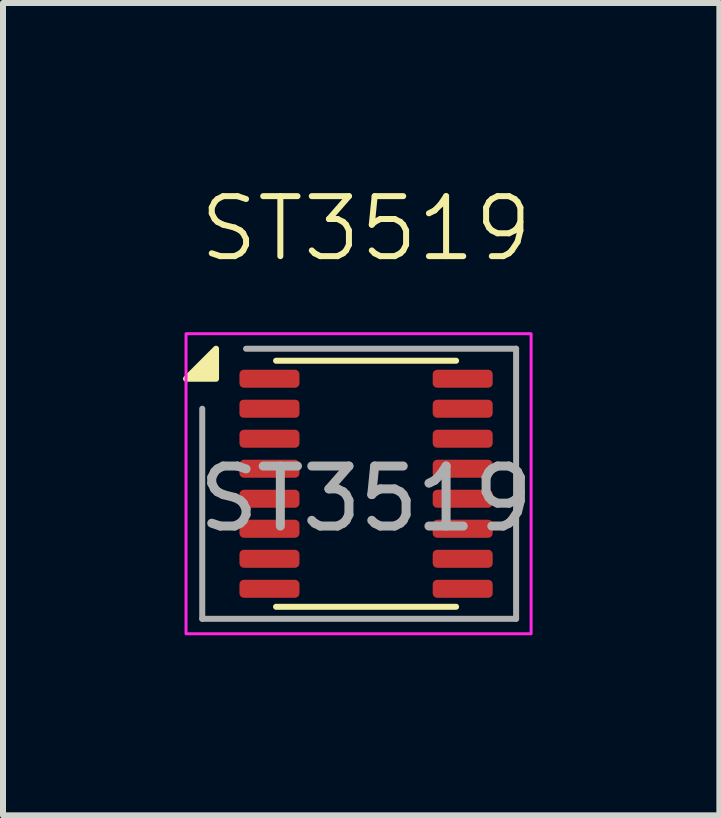
<source format=kicad_pcb>
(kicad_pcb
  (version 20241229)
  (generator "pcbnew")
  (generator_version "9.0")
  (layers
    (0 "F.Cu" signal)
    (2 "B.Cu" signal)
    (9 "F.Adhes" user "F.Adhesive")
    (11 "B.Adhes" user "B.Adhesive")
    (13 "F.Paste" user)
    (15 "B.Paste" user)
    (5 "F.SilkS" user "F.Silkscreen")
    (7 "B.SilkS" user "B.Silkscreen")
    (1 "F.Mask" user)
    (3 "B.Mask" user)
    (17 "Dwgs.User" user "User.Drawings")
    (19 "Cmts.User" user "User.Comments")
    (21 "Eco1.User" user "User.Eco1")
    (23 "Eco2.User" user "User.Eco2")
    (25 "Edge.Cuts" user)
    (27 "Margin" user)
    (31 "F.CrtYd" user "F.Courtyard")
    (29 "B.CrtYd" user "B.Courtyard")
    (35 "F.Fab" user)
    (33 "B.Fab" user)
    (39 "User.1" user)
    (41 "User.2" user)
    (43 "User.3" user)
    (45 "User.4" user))
  (footprint "ST3519"
    (layer "F.Cu")
    (at 3.05 5.261)
    (property "Reference" "ST3519" (at 0 -4.5 0) (unlocked yes) (layer "F.SilkS") (effects (font (size 1 1) (thickness 0.1))))
    (attr smd)
    (fp_line (start -1.5 -2.3) (end 1.5 -2.3) (stroke (width 0.1) (type default)) (layer "F.SilkS"))
    (fp_line (start -1.5 1.8) (end 1.5 1.8) (stroke (width 0.1) (type default)) (layer "F.SilkS"))
    (fp_poly (pts (xy -2.5 -2.5) (xy -3 -2) (xy -2.5 -2)) (stroke (width 0.1) (type solid)) (fill yes) (layer "F.SilkS"))
    (fp_rect (start -3 -2.75) (end 2.75 2.25) (stroke (width 0.05) (type default)) (fill no) (layer "F.CrtYd"))
    (fp_line (start -2.73 -1.5) (end -2.73 2) (stroke (width 0.1) (type default)) (layer "F.Fab"))
    (fp_line (start -2.73 2) (end 2.5 2) (stroke (width 0.1) (type default)) (layer "F.Fab"))
    (fp_line (start 2.5 -2.5) (end -2 -2.5) (stroke (width 0.1) (type default)) (layer "F.Fab"))
    (fp_line (start 2.5 2) (end 2.5 -2.5) (stroke (width 0.1) (type default)) (layer "F.Fab"))
    (fp_text user "${REFERENCE}" (at 0 0 0) (unlocked yes) (layer "F.Fab") (effects (font (size 1 1) (thickness 0.15))))
    (pad "1" smd roundrect (at -1.61 -2) (size 1 0.3) (layers "F.Cu" "F.Mask" "F.Paste") (roundrect_rratio 0.25))
    (pad "2" smd roundrect (at -1.61 -1.5) (size 1 0.3) (layers "F.Cu" "F.Mask" "F.Paste") (roundrect_rratio 0.221))
    (pad "3" smd roundrect (at -1.61 -1) (size 1 0.3) (layers "F.Cu" "F.Mask" "F.Paste") (roundrect_rratio 0.25))
    (pad "4" smd roundrect (at -1.61 -0.5) (size 1 0.3) (layers "F.Cu" "F.Mask" "F.Paste") (roundrect_rratio 0.25))
    (pad "5" smd roundrect (at -1.61 0) (size 1 0.3) (layers "F.Cu" "F.Mask" "F.Paste") (roundrect_rratio 0.25))
    (pad "6" smd roundrect (at -1.61 0.5) (size 1 0.3) (layers "F.Cu" "F.Mask" "F.Paste") (roundrect_rratio 0.25))
    (pad "7" smd roundrect (at -1.61 1) (size 1 0.3) (layers "F.Cu" "F.Mask" "F.Paste") (roundrect_rratio 0.25))
    (pad "8" smd roundrect (at -1.61 1.5) (size 1 0.3) (layers "F.Cu" "F.Mask" "F.Paste") (roundrect_rratio 0.25))
    (pad "9" smd roundrect (at 1.61 1.5) (size 1 0.3) (layers "F.Cu" "F.Mask" "F.Paste") (roundrect_rratio 0.25))
    (pad "10" smd roundrect (at 1.61 1) (size 1 0.3) (layers "F.Cu" "F.Mask" "F.Paste") (roundrect_rratio 0.25))
    (pad "11" smd roundrect (at 1.61 0.5) (size 1 0.3) (layers "F.Cu" "F.Mask" "F.Paste") (roundrect_rratio 0.25))
    (pad "12" smd roundrect (at 1.61 0) (size 1 0.3) (layers "F.Cu" "F.Mask" "F.Paste") (roundrect_rratio 0.25))
    (pad "13" smd roundrect (at 1.61 -0.5) (size 1 0.3) (layers "F.Cu" "F.Mask" "F.Paste") (roundrect_rratio 0.25))
    (pad "14" smd roundrect (at 1.61 -1) (size 1 0.3) (layers "F.Cu" "F.Mask" "F.Paste") (roundrect_rratio 0.25))
    (pad "15" smd roundrect (at 1.61 -1.5) (size 1 0.3) (layers "F.Cu" "F.Mask" "F.Paste") (roundrect_rratio 0.25))
    (pad "16" smd roundrect (at 1.61 -2) (size 1 0.3) (layers "F.Cu" "F.Mask" "F.Paste") (roundrect_rratio 0.25)))
  (gr_rect
    (start -3 -3)
    (end 8.937 10.536)
    (stroke (width 0.1) (type default))
    (fill no)
    (layer "Edge.Cuts")))
</source>
